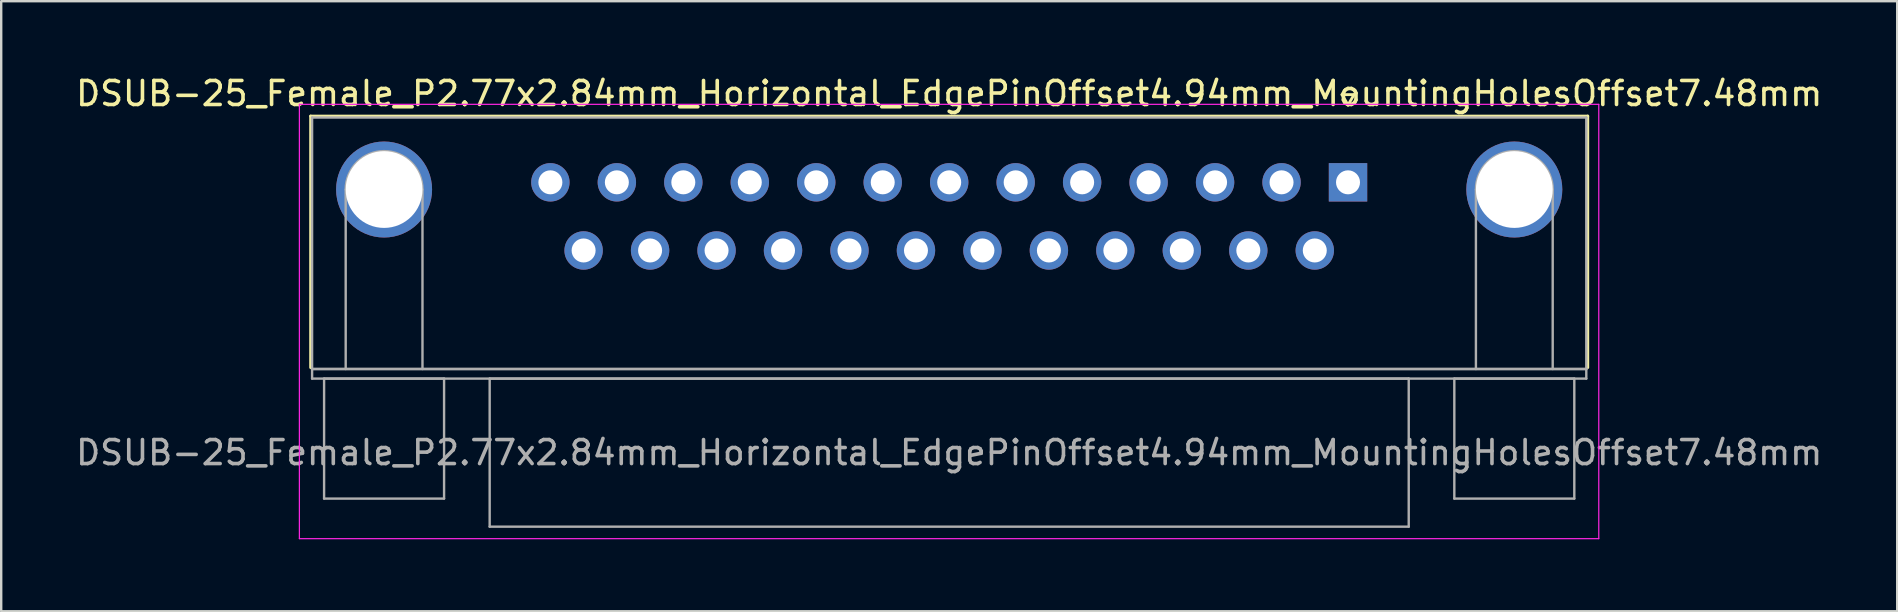
<source format=kicad_pcb>
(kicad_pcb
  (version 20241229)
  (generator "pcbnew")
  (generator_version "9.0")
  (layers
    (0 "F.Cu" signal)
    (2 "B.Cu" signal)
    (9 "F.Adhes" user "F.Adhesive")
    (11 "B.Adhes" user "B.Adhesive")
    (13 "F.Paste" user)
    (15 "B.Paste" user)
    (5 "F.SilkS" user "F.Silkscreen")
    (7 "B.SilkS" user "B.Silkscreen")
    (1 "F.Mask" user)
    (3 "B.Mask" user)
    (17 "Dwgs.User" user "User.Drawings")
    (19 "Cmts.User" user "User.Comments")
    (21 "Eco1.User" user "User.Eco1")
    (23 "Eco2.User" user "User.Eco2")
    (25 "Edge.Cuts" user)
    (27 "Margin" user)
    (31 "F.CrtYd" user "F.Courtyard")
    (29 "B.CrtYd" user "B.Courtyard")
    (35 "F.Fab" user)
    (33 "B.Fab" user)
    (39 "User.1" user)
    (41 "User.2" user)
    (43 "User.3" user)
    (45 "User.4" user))
  (footprint "DSUB-25_Female_P2.77x2.84mm_Horizontal_EdgePinOffset4.94mm_MountingHolesOffset7.48mm"
    (layer "F.Cu")
    (at 53.126 4.548)
    (property "Reference" "DSUB-25_Female_P2.77x2.84mm_Horizontal_EdgePinOffset4.94mm_MountingHolesOffset7.48mm" (at -16.62 -3.7 0) (layer "F.SilkS") (effects (font (size 1 1) (thickness 0.15))))
    (attr through_hole)
    (fp_line (start -43.23 -2.76) (end 9.99 -2.76) (stroke (width 0.12) (type solid)) (layer "F.SilkS"))
    (fp_line (start -43.23 7.72) (end -43.23 -2.76) (stroke (width 0.12) (type solid)) (layer "F.SilkS"))
    (fp_line (start -0.25 -3.654) (end 0.25 -3.654) (stroke (width 0.12) (type solid)) (layer "F.SilkS"))
    (fp_line (start 0 -3.221) (end -0.25 -3.654) (stroke (width 0.12) (type solid)) (layer "F.SilkS"))
    (fp_line (start 0.25 -3.654) (end 0 -3.221) (stroke (width 0.12) (type solid)) (layer "F.SilkS"))
    (fp_line (start 9.99 -2.76) (end 9.99 7.72) (stroke (width 0.12) (type solid)) (layer "F.SilkS"))
    (fp_line (start -43.7 -3.25) (end -43.7 14.85) (stroke (width 0.05) (type solid)) (layer "F.CrtYd"))
    (fp_line (start -43.7 14.85) (end 10.45 14.85) (stroke (width 0.05) (type solid)) (layer "F.CrtYd"))
    (fp_line (start 10.45 -3.25) (end -43.7 -3.25) (stroke (width 0.05) (type solid)) (layer "F.CrtYd"))
    (fp_line (start 10.45 14.85) (end 10.45 -3.25) (stroke (width 0.05) (type solid)) (layer "F.CrtYd"))
    (fp_line (start -43.17 -2.7) (end -43.17 7.78) (stroke (width 0.1) (type solid)) (layer "F.Fab"))
    (fp_line (start -43.17 7.78) (end -43.17 8.18) (stroke (width 0.1) (type solid)) (layer "F.Fab"))
    (fp_line (start -43.17 7.78) (end 9.93 7.78) (stroke (width 0.1) (type solid)) (layer "F.Fab"))
    (fp_line (start -43.17 8.18) (end 9.93 8.18) (stroke (width 0.1) (type solid)) (layer "F.Fab"))
    (fp_line (start -42.67 8.18) (end -42.67 13.18) (stroke (width 0.1) (type solid)) (layer "F.Fab"))
    (fp_line (start -42.67 13.18) (end -37.67 13.18) (stroke (width 0.1) (type solid)) (layer "F.Fab"))
    (fp_line (start -41.77 7.78) (end -41.77 0.3) (stroke (width 0.1) (type solid)) (layer "F.Fab"))
    (fp_line (start -38.57 7.78) (end -38.57 0.3) (stroke (width 0.1) (type solid)) (layer "F.Fab"))
    (fp_line (start -37.67 8.18) (end -42.67 8.18) (stroke (width 0.1) (type solid)) (layer "F.Fab"))
    (fp_line (start -37.67 13.18) (end -37.67 8.18) (stroke (width 0.1) (type solid)) (layer "F.Fab"))
    (fp_line (start -35.77 8.18) (end -35.77 14.35) (stroke (width 0.1) (type solid)) (layer "F.Fab"))
    (fp_line (start -35.77 14.35) (end 2.53 14.35) (stroke (width 0.1) (type solid)) (layer "F.Fab"))
    (fp_line (start 2.53 8.18) (end -35.77 8.18) (stroke (width 0.1) (type solid)) (layer "F.Fab"))
    (fp_line (start 2.53 14.35) (end 2.53 8.18) (stroke (width 0.1) (type solid)) (layer "F.Fab"))
    (fp_line (start 4.43 8.18) (end 4.43 13.18) (stroke (width 0.1) (type solid)) (layer "F.Fab"))
    (fp_line (start 4.43 13.18) (end 9.43 13.18) (stroke (width 0.1) (type solid)) (layer "F.Fab"))
    (fp_line (start 5.33 7.78) (end 5.33 0.3) (stroke (width 0.1) (type solid)) (layer "F.Fab"))
    (fp_line (start 8.53 7.78) (end 8.53 0.3) (stroke (width 0.1) (type solid)) (layer "F.Fab"))
    (fp_line (start 9.43 8.18) (end 4.43 8.18) (stroke (width 0.1) (type solid)) (layer "F.Fab"))
    (fp_line (start 9.43 13.18) (end 9.43 8.18) (stroke (width 0.1) (type solid)) (layer "F.Fab"))
    (fp_line (start 9.93 -2.7) (end -43.17 -2.7) (stroke (width 0.1) (type solid)) (layer "F.Fab"))
    (fp_line (start 9.93 7.78) (end -43.17 7.78) (stroke (width 0.1) (type solid)) (layer "F.Fab"))
    (fp_line (start 9.93 7.78) (end 9.93 -2.7) (stroke (width 0.1) (type solid)) (layer "F.Fab"))
    (fp_line (start 9.93 8.18) (end 9.93 7.78) (stroke (width 0.1) (type solid)) (layer "F.Fab"))
    (fp_arc (start -41.77 0.3) (mid -40.17 -1.3) (end -38.57 0.3) (stroke (width 0.1) (type solid)) (layer "F.Fab"))
    (fp_arc (start 5.33 0.3) (mid 6.93 -1.3) (end 8.53 0.3) (stroke (width 0.1) (type solid)) (layer "F.Fab"))
    (fp_text user "${REFERENCE}" (at -16.62 11.265 0) (layer "F.Fab") (effects (font (size 1 1) (thickness 0.15))))
    (pad "0" thru_hole circle (at -40.17 0.3) (size 4 4) (drill 3.2) (layers "*.Cu" "*.Mask"))
    (pad "0" thru_hole circle (at 6.93 0.3) (size 4 4) (drill 3.2) (layers "*.Cu" "*.Mask"))
    (pad "1" thru_hole rect (at 0 0) (size 1.6 1.6) (drill 1) (layers "*.Cu" "*.Mask"))
    (pad "2" thru_hole circle (at -2.77 0) (size 1.6 1.6) (drill 1) (layers "*.Cu" "*.Mask"))
    (pad "3" thru_hole circle (at -5.54 0) (size 1.6 1.6) (drill 1) (layers "*.Cu" "*.Mask"))
    (pad "4" thru_hole circle (at -8.31 0) (size 1.6 1.6) (drill 1) (layers "*.Cu" "*.Mask"))
    (pad "5" thru_hole circle (at -11.08 0) (size 1.6 1.6) (drill 1) (layers "*.Cu" "*.Mask"))
    (pad "6" thru_hole circle (at -13.85 0) (size 1.6 1.6) (drill 1) (layers "*.Cu" "*.Mask"))
    (pad "7" thru_hole circle (at -16.62 0) (size 1.6 1.6) (drill 1) (layers "*.Cu" "*.Mask"))
    (pad "8" thru_hole circle (at -19.39 0) (size 1.6 1.6) (drill 1) (layers "*.Cu" "*.Mask"))
    (pad "9" thru_hole circle (at -22.16 0) (size 1.6 1.6) (drill 1) (layers "*.Cu" "*.Mask"))
    (pad "10" thru_hole circle (at -24.93 0) (size 1.6 1.6) (drill 1) (layers "*.Cu" "*.Mask"))
    (pad "11" thru_hole circle (at -27.7 0) (size 1.6 1.6) (drill 1) (layers "*.Cu" "*.Mask"))
    (pad "12" thru_hole circle (at -30.47 0) (size 1.6 1.6) (drill 1) (layers "*.Cu" "*.Mask"))
    (pad "13" thru_hole circle (at -33.24 0) (size 1.6 1.6) (drill 1) (layers "*.Cu" "*.Mask"))
    (pad "14" thru_hole circle (at -1.385 2.84) (size 1.6 1.6) (drill 1) (layers "*.Cu" "*.Mask"))
    (pad "15" thru_hole circle (at -4.155 2.84) (size 1.6 1.6) (drill 1) (layers "*.Cu" "*.Mask"))
    (pad "16" thru_hole circle (at -6.925 2.84) (size 1.6 1.6) (drill 1) (layers "*.Cu" "*.Mask"))
    (pad "17" thru_hole circle (at -9.695 2.84) (size 1.6 1.6) (drill 1) (layers "*.Cu" "*.Mask"))
    (pad "18" thru_hole circle (at -12.465 2.84) (size 1.6 1.6) (drill 1) (layers "*.Cu" "*.Mask"))
    (pad "19" thru_hole circle (at -15.235 2.84) (size 1.6 1.6) (drill 1) (layers "*.Cu" "*.Mask"))
    (pad "20" thru_hole circle (at -18.005 2.84) (size 1.6 1.6) (drill 1) (layers "*.Cu" "*.Mask"))
    (pad "21" thru_hole circle (at -20.775 2.84) (size 1.6 1.6) (drill 1) (layers "*.Cu" "*.Mask"))
    (pad "22" thru_hole circle (at -23.545 2.84) (size 1.6 1.6) (drill 1) (layers "*.Cu" "*.Mask"))
    (pad "23" thru_hole circle (at -26.315 2.84) (size 1.6 1.6) (drill 1) (layers "*.Cu" "*.Mask"))
    (pad "24" thru_hole circle (at -29.085 2.84) (size 1.6 1.6) (drill 1) (layers "*.Cu" "*.Mask"))
    (pad "25" thru_hole circle (at -31.855 2.84) (size 1.6 1.6) (drill 1) (layers "*.Cu" "*.Mask")))
  (gr_rect
    (start -3 -3)
    (end 76.012 22.423)
    (stroke (width 0.1) (type default))
    (fill no)
    (layer "Edge.Cuts")))
</source>
